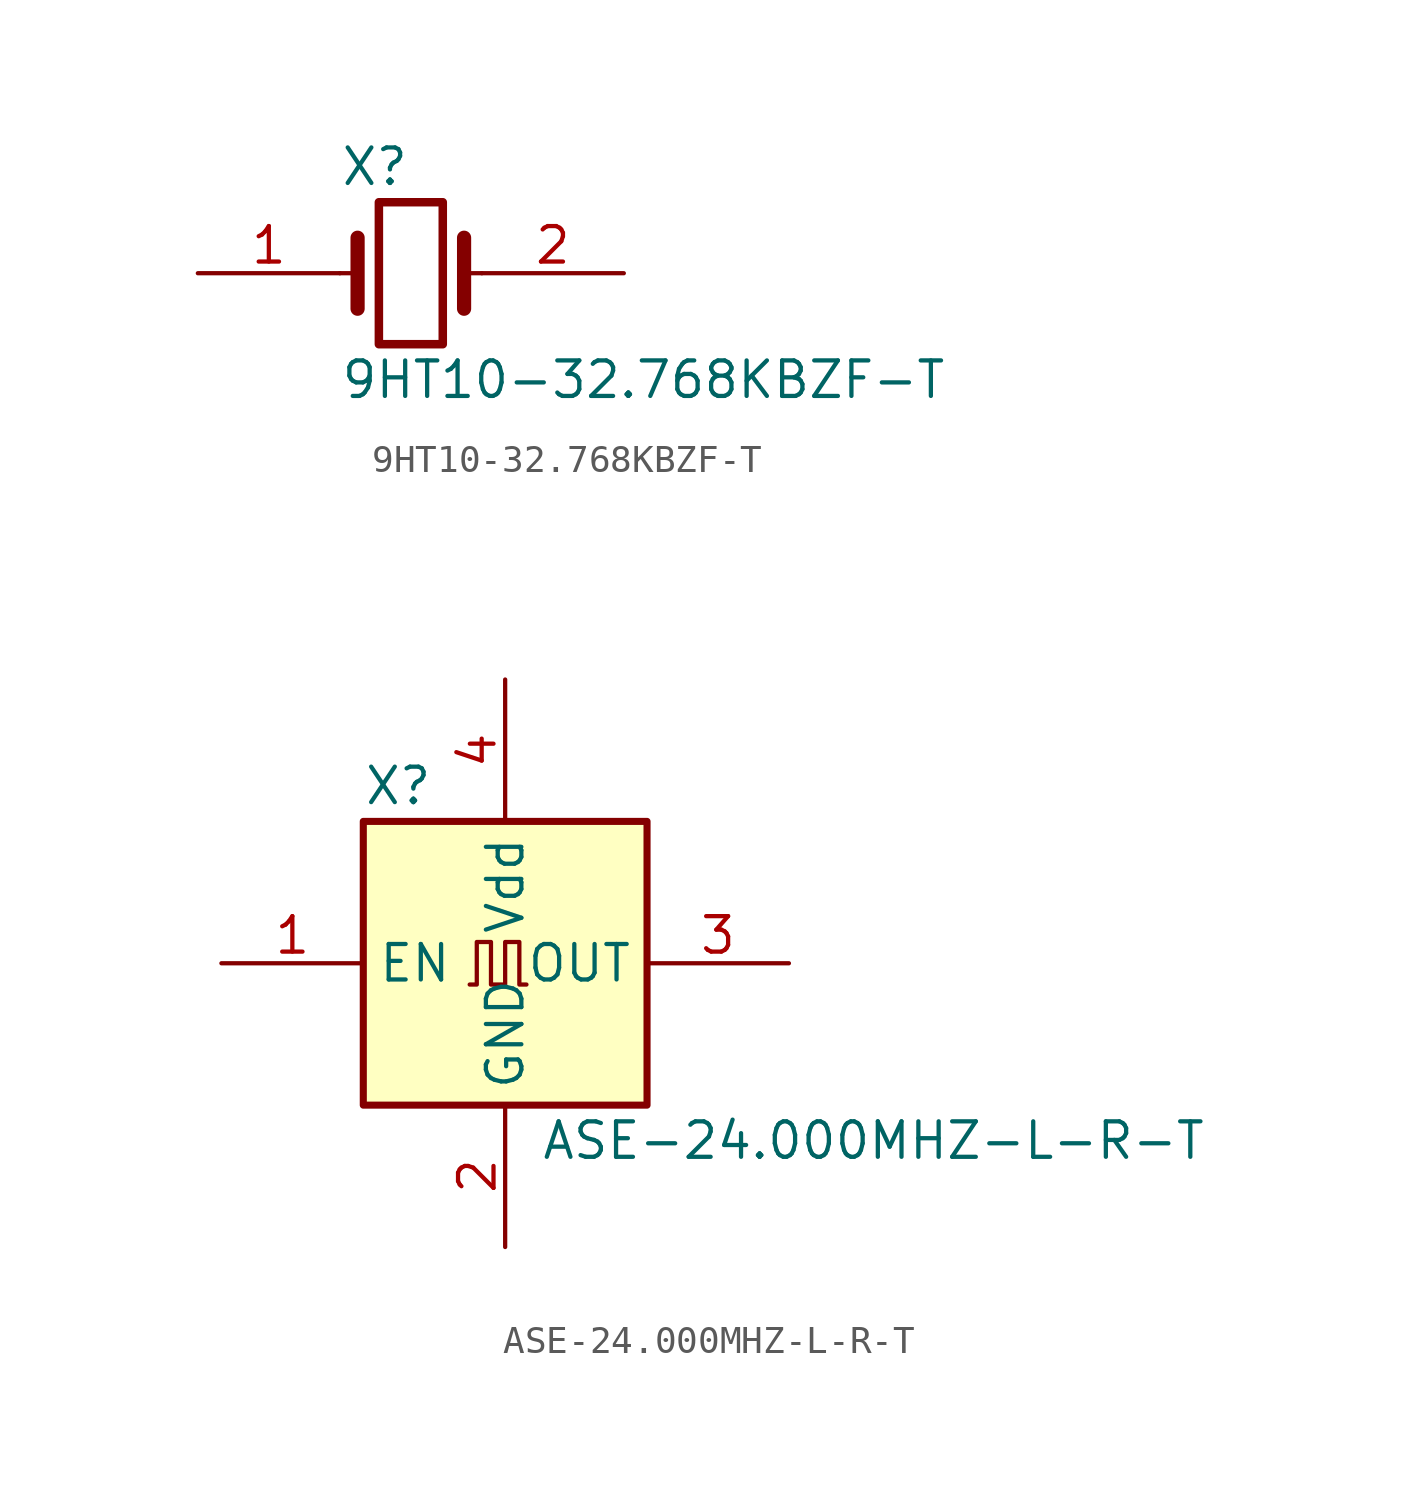
<source format=kicad_sym>
(kicad_symbol_lib
  (version 20231120)
  (generator "kicad_symbol_editor")
  (generator_version "8.0")
  (symbol "9HT10-32.768KBZF-T"
    (pin_names hide)
    (property "Reference" "X"
      (at 0 1.27 0)
      (do_not_autoplace)
      (effects (font (size 1.27 1.27)) (justify left)))
    (property "Value" "9HT10-32.768KBZF-T"
      (at 0 -6.35 0)
      (do_not_autoplace)
      (effects (font (size 1.27 1.27)) (justify left)))
    (symbol "9HT10-32.768KBZF-T_0_1"
      (polyline (pts (xy 0 -2.54) (xy 0.635 -2.54)) (stroke (width 0) (type default)) (fill (type none)))
      (polyline (pts (xy 0.635 -3.81) (xy 0.635 -1.27)) (stroke (width 0.508) (type default)) (fill (type none)))
      (polyline (pts (xy 4.445 -3.81) (xy 4.445 -1.27)) (stroke (width 0.508) (type default)) (fill (type none)))
      (polyline (pts (xy 5.08 -2.54) (xy 4.445 -2.54)) (stroke (width 0) (type default)) (fill (type none)))
      (rectangle (start 1.397 0) (end 3.683 -5.08) (stroke (width 0.305) (type default)) (fill (type none))))
    (symbol "9HT10-32.768KBZF-T_1_1"
      (pin unspecified line (at -5.08 -2.54 0) (length 5.08) (name "1" (effects (font (size 1.27 1.27)))) (number "1" (effects (font (size 1.27 1.27)))))
      (pin unspecified line (at 10.16 -2.54 180) (length 5.08) (name "2" (effects (font (size 1.27 1.27)))) (number "2" (effects (font (size 1.27 1.27)))))))
  (symbol "ASE-24.000MHZ-L-R-T"
    (property "Reference" "X"
      (at 0 1.27 0)
      (do_not_autoplace)
      (effects (font (size 1.27 1.27)) (justify left)))
    (property "Value" "ASE-24.000MHZ-L-R-T"
      (at 6.35 -11.43 0)
      (do_not_autoplace)
      (effects (font (size 1.27 1.27)) (justify left)))
    (symbol "ASE-24.000MHZ-L-R-T_0_1"
      (polyline (pts (xy 3.81 -5.842) (xy 4.064 -5.842) (xy 4.064 -4.318) (xy 4.572 -4.318) (xy 4.572 -5.842) (xy 5.08 -5.842) (xy 5.08 -4.318) (xy 5.588 -4.318) (xy 5.588 -5.842) (xy 5.842 -5.842)) (stroke (width 0) (type default)) (fill (type none)))
      (rectangle (start 0 0) (end 10.16 -10.16) (stroke (width 0.254) (type default)) (fill (type background))))
    (symbol "ASE-24.000MHZ-L-R-T_1_1"
      (pin unspecified line (at -5.08 -5.08 0) (length 5.08) (name "EN" (effects (font (size 1.27 1.27)))) (number "1" (effects (font (size 1.27 1.27)))))
      (pin unspecified line (at 5.08 -15.24 90) (length 5.08) (name "GND" (effects (font (size 1.27 1.27)))) (number "2" (effects (font (size 1.27 1.27)))))
      (pin unspecified line (at 15.24 -5.08 180) (length 5.08) (name "OUT" (effects (font (size 1.27 1.27)))) (number "3" (effects (font (size 1.27 1.27)))))
      (pin unspecified line (at 5.08 5.08 270) (length 5.08) (name "Vdd" (effects (font (size 1.27 1.27)))) (number "4" (effects (font (size 1.27 1.27))))))))
</source>
